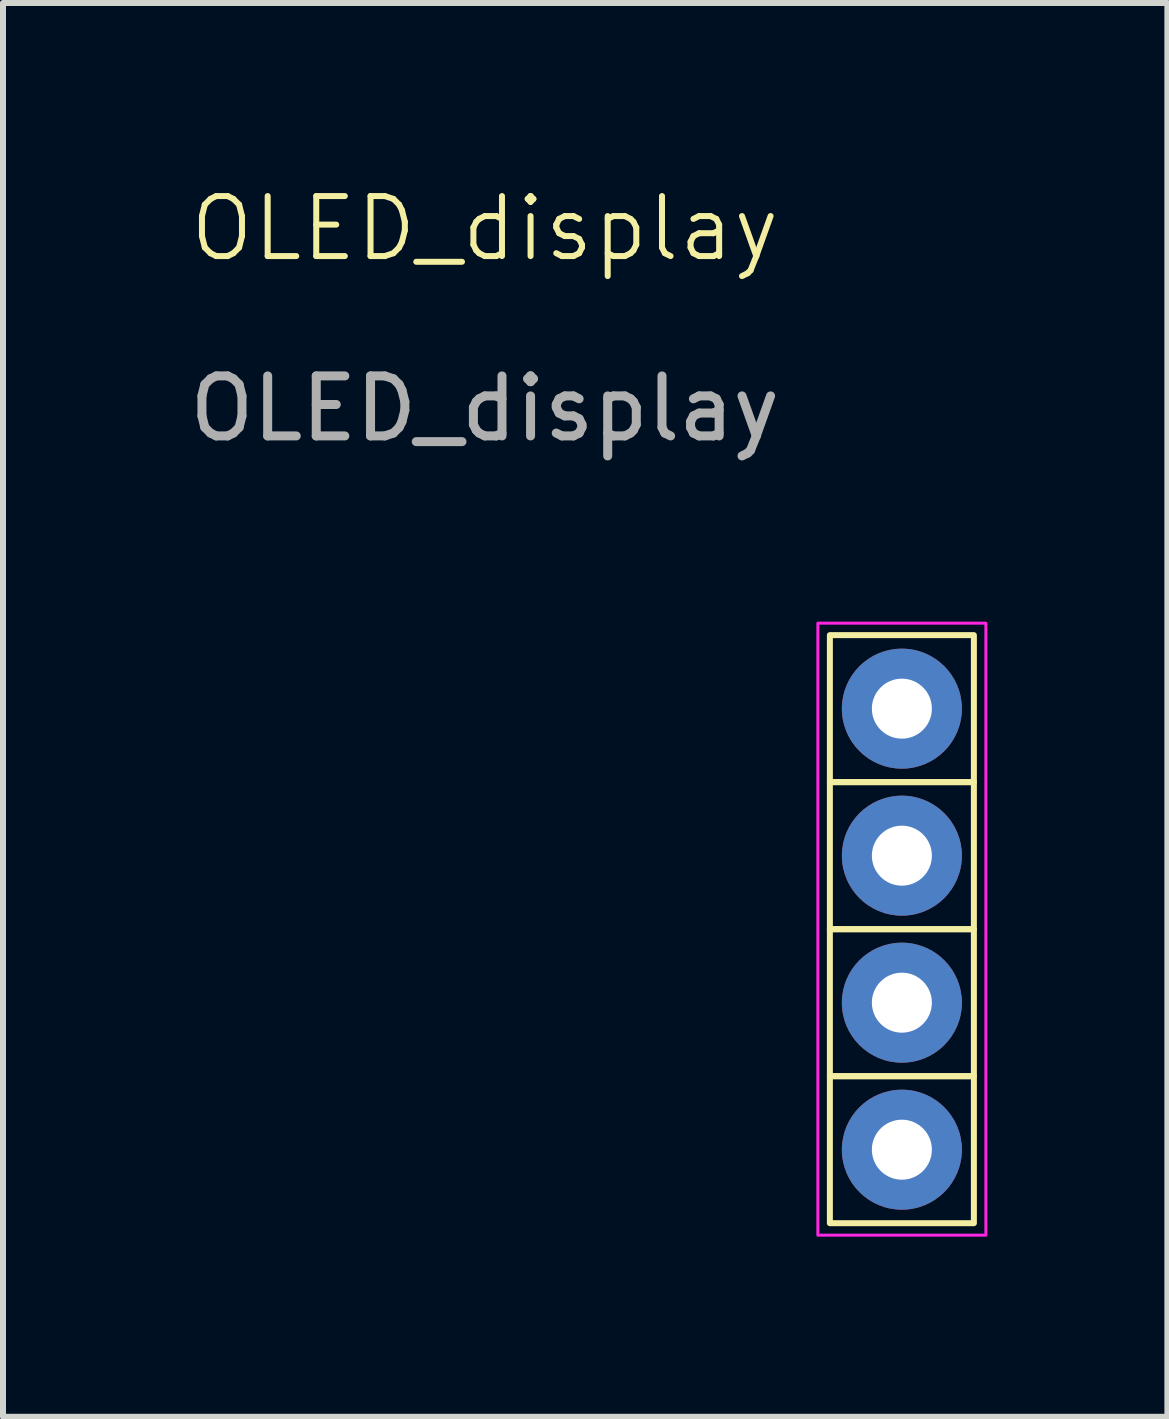
<source format=kicad_pcb>
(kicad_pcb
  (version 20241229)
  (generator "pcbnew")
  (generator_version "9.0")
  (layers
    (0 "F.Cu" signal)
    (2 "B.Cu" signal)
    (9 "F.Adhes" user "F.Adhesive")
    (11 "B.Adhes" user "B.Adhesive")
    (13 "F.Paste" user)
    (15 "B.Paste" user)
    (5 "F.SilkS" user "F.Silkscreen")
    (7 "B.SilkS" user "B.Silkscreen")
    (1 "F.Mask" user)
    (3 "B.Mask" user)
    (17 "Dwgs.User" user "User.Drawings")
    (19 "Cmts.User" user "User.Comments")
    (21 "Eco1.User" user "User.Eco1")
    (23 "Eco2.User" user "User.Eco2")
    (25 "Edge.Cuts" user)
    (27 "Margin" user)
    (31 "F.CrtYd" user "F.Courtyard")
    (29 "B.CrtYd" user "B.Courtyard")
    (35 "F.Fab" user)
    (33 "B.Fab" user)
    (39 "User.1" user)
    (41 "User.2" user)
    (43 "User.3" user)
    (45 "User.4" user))
  (footprint "OLED_display"
    (layer "F.Cu")
    (at 10.78 7.535)
    (property "Reference" "OLED_display" (at -5.75 -6.775 0) (unlocked yes) (layer "F.SilkS") (effects (font (size 1 1) (thickness 0.1))))
    (attr smd)
    (fp_rect (start 0 0) (end 2.4 2.45) (stroke (width 0.1) (type solid)) (fill no) (layer "F.SilkS"))
    (fp_rect (start 0 2.45) (end 2.4 4.9) (stroke (width 0.1) (type default)) (fill no) (layer "F.SilkS"))
    (fp_rect (start 0 4.9) (end 2.4 7.35) (stroke (width 0.1) (type default)) (fill no) (layer "F.SilkS"))
    (fp_rect (start 0 7.35) (end 2.4 9.8) (stroke (width 0.1) (type default)) (fill no) (layer "F.SilkS"))
    (fp_rect (start -0.2 -0.2) (end 2.6 10) (stroke (width 0.05) (type solid)) (fill no) (layer "F.CrtYd"))
    (fp_text user "${REFERENCE}" (at -5.75 -3.775 0) (unlocked yes) (layer "F.Fab") (effects (font (size 1 1) (thickness 0.15))))
    (pad "1" thru_hole circle (at 1.2 1.225) (size 2 2) (drill 1) (layers "*.Cu" "*.Mask"))
    (pad "2" thru_hole circle (at 1.2 3.675) (size 2 2) (drill 1) (layers "*.Cu" "*.Mask"))
    (pad "3" thru_hole circle (at 1.2 6.125) (size 2 2) (drill 1) (layers "*.Cu" "*.Mask"))
    (pad "4" thru_hole circle (at 1.2 8.575) (size 2 2) (drill 1) (layers "*.Cu" "*.Mask")))
  (gr_rect
    (start -3 -3)
    (end 16.405 20.561)
    (stroke (width 0.1) (type default))
    (fill no)
    (layer "Edge.Cuts")))
</source>
